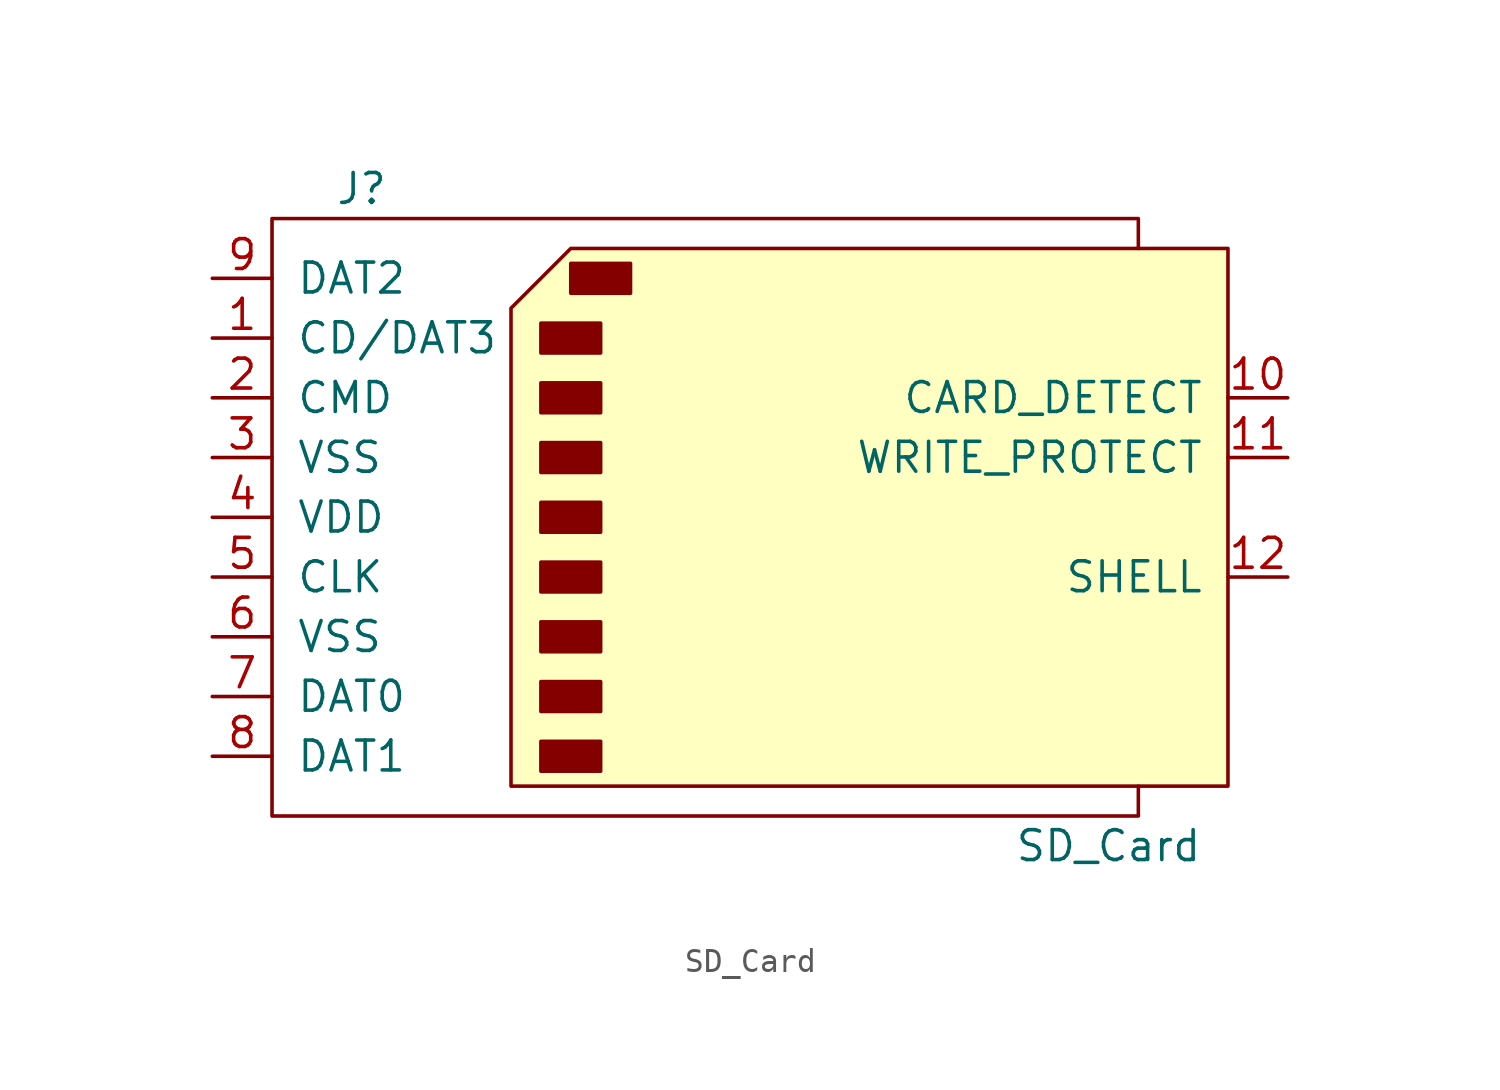
<source format=kicad_sym>
(kicad_symbol_lib
  (version 20220914)
  (generator kicad_symbol_editor)
  (symbol "SD_Card"
    (pin_names
      (offset 1.016))
    (property "Reference" "J"
      (at -16.51 13.97 0)
      (effects (font (size 1.27 1.27))))
    (property "Value" "SD_Card"
      (at 15.24 -13.97 0)
      (effects (font (size 1.27 1.27))))
    (symbol "SD_Card_0_1"
      (rectangle (start -8.89 -9.525) (end -6.35 -10.795) (stroke (width 0) (type solid)) (fill (type outline)))
      (rectangle (start -8.89 -6.985) (end -6.35 -8.255) (stroke (width 0) (type solid)) (fill (type outline)))
      (rectangle (start -8.89 -4.445) (end -6.35 -5.715) (stroke (width 0) (type solid)) (fill (type outline)))
      (rectangle (start -8.89 -1.905) (end -6.35 -3.175) (stroke (width 0) (type solid)) (fill (type outline)))
      (rectangle (start -8.89 0.635) (end -6.35 -0.635) (stroke (width 0) (type solid)) (fill (type outline)))
      (rectangle (start -8.89 3.175) (end -6.35 1.905) (stroke (width 0) (type solid)) (fill (type outline)))
      (rectangle (start -8.89 5.715) (end -6.35 4.445) (stroke (width 0) (type solid)) (fill (type outline)))
      (rectangle (start -8.89 8.255) (end -6.35 6.985) (stroke (width 0) (type solid)) (fill (type outline)))
      (rectangle (start -7.62 10.795) (end -5.08 9.525) (stroke (width 0) (type solid)) (fill (type outline)))
      (polyline (pts (xy -10.16 8.89) (xy -7.62 11.43) (xy 20.32 11.43) (xy 20.32 -11.43) (xy -10.16 -11.43) (xy -10.16 8.89)) (stroke (width 0) (type solid)) (fill (type background)))
      (polyline (pts (xy 16.51 11.43) (xy 16.51 12.7) (xy -20.32 12.7) (xy -20.32 -12.7) (xy 16.51 -12.7) (xy 16.51 -11.43)) (stroke (width 0) (type solid)) (fill (type none))))
    (symbol "SD_Card_1_1"
      (pin input line (at -22.86 7.62 0) (length 2.54) (name "CD/DAT3" (effects (font (size 1.27 1.27)))) (number "1" (effects (font (size 1.27 1.27)))))
      (pin input line (at 22.86 5.08 180) (length 2.54) (name "CARD_DETECT" (effects (font (size 1.27 1.27)))) (number "10" (effects (font (size 1.27 1.27)))))
      (pin input line (at 22.86 2.54 180) (length 2.54) (name "WRITE_PROTECT" (effects (font (size 1.27 1.27)))) (number "11" (effects (font (size 1.27 1.27)))))
      (pin input line (at 22.86 -2.54 180) (length 2.54) (name "SHELL" (effects (font (size 1.27 1.27)))) (number "12" (effects (font (size 1.27 1.27)))))
      (pin input line (at -22.86 5.08 0) (length 2.54) (name "CMD" (effects (font (size 1.27 1.27)))) (number "2" (effects (font (size 1.27 1.27)))))
      (pin power_in line (at -22.86 2.54 0) (length 2.54) (name "VSS" (effects (font (size 1.27 1.27)))) (number "3" (effects (font (size 1.27 1.27)))))
      (pin power_in line (at -22.86 0 0) (length 2.54) (name "VDD" (effects (font (size 1.27 1.27)))) (number "4" (effects (font (size 1.27 1.27)))))
      (pin input line (at -22.86 -2.54 0) (length 2.54) (name "CLK" (effects (font (size 1.27 1.27)))) (number "5" (effects (font (size 1.27 1.27)))))
      (pin power_in line (at -22.86 -5.08 0) (length 2.54) (name "VSS" (effects (font (size 1.27 1.27)))) (number "6" (effects (font (size 1.27 1.27)))))
      (pin input line (at -22.86 -7.62 0) (length 2.54) (name "DAT0" (effects (font (size 1.27 1.27)))) (number "7" (effects (font (size 1.27 1.27)))))
      (pin input line (at -22.86 -10.16 0) (length 2.54) (name "DAT1" (effects (font (size 1.27 1.27)))) (number "8" (effects (font (size 1.27 1.27)))))
      (pin input line (at -22.86 10.16 0) (length 2.54) (name "DAT2" (effects (font (size 1.27 1.27)))) (number "9" (effects (font (size 1.27 1.27))))))))
</source>
